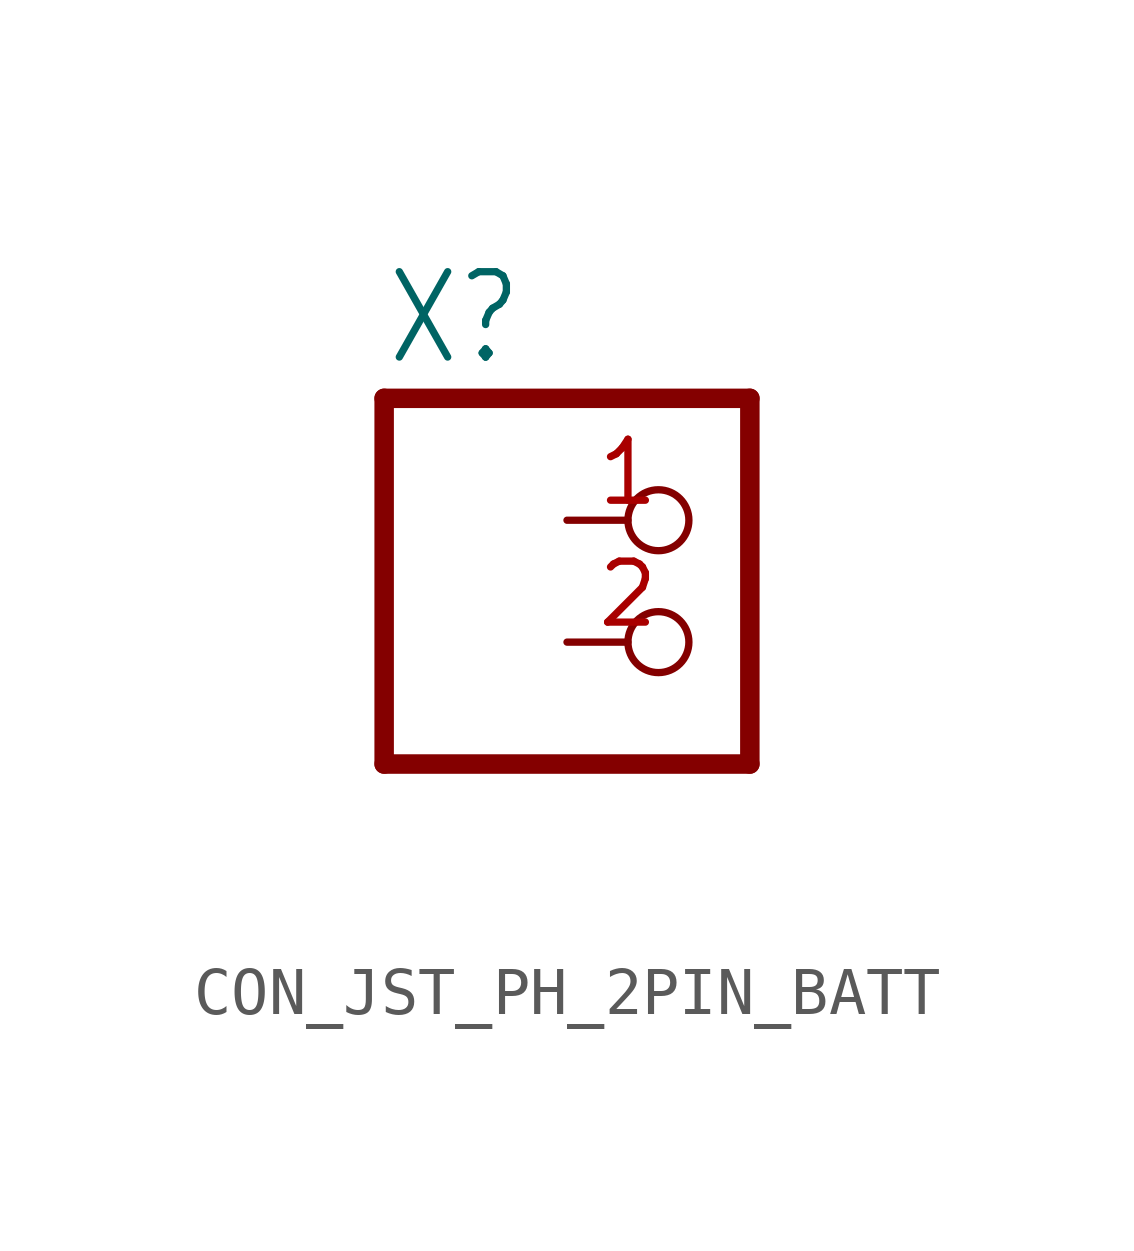
<source format=kicad_sym>
(kicad_symbol_lib
  (version 20220914)
  (generator kicad_symbol_editor)
  (symbol "CON_JST_PH_2PIN_BATT"
    (property "Reference" "X"
      (at -6.35 5.715 0)
      (effects (font (size 1.778 1.511)) (justify left bottom)))
    (property "Value" ""
      (at -6.35 -5.08 0)
      (effects (font (size 1.778 1.511)) (justify left bottom)))
    (property "ki_locked" ""
      (at 0 0 0)
      (effects (font (size 1.27 1.27))))
    (symbol "CON_JST_PH_2PIN_BATT_1_0"
      (polyline (pts (xy -6.35 -2.54) (xy 1.27 -2.54)) (stroke (width 0.406) (type solid)) (fill (type none)))
      (polyline (pts (xy -6.35 5.08) (xy -6.35 -2.54)) (stroke (width 0.406) (type solid)) (fill (type none)))
      (polyline (pts (xy 1.27 -2.54) (xy 1.27 5.08)) (stroke (width 0.406) (type solid)) (fill (type none)))
      (polyline (pts (xy 1.27 5.08) (xy -6.35 5.08)) (stroke (width 0.406) (type solid)) (fill (type none)))
      (pin passive inverted (at -2.54 2.54 0) (length 2.54) (name "1" (effects (font (size 0 0)))) (number "1" (effects (font (size 1.27 1.27)))))
      (pin passive inverted (at -2.54 0 0) (length 2.54) (name "2" (effects (font (size 0 0)))) (number "2" (effects (font (size 1.27 1.27))))))))
</source>
